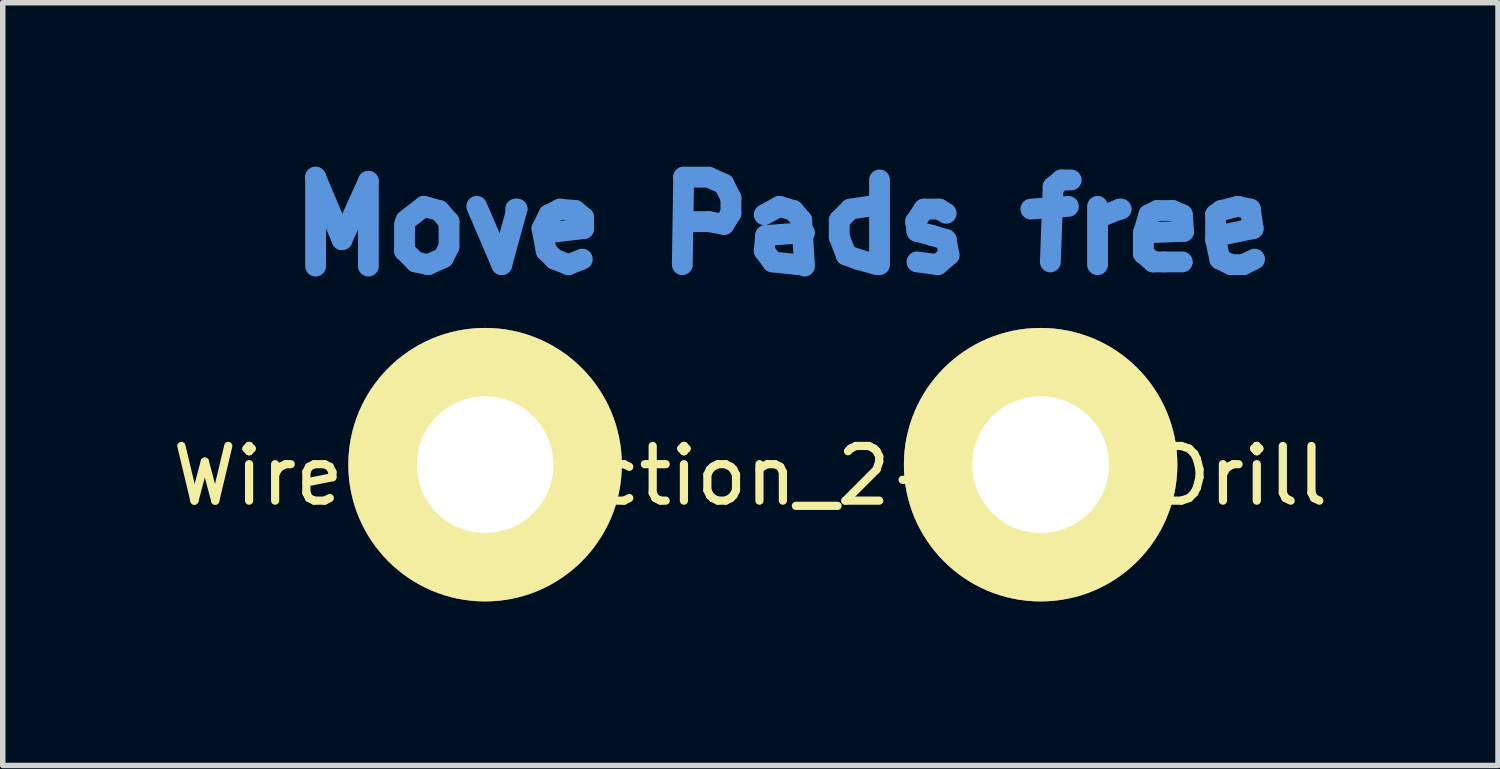
<source format=kicad_pcb>
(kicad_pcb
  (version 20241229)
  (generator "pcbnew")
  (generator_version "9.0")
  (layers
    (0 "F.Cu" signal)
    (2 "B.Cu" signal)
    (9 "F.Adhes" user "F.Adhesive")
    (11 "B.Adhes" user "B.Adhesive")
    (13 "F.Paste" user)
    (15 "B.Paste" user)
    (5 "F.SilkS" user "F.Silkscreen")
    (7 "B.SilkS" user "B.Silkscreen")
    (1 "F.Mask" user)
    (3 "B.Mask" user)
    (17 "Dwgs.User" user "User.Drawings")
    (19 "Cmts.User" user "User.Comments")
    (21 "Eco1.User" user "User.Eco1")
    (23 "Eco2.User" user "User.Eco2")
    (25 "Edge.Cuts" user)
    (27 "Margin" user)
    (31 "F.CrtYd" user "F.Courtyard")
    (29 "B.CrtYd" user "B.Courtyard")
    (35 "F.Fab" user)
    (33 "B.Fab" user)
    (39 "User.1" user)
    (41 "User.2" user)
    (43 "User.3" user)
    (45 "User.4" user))
  (footprint "WireConnection_2-5mmDrill"
    (layer "F.Cu")
    (at 10.901 5.448)
    (property "Reference" "WireConnection_2-5mmDrill" (at -0.229 0.203 0) (layer "F.SilkS") (effects (font (size 1 1) (thickness 0.15))))
    (attr through_hole)
    (fp_line (start -8.179 -5.258) (end -7.696 -4.115) (stroke (width 0.381) (type solid)) (layer "Cmts.User"))
    (fp_line (start -8.179 -3.632) (end -8.179 -5.258) (stroke (width 0.381) (type solid)) (layer "Cmts.User"))
    (fp_line (start -7.696 -4.115) (end -7.214 -5.182) (stroke (width 0.381) (type solid)) (layer "Cmts.User"))
    (fp_line (start -7.214 -5.182) (end -7.214 -3.632) (stroke (width 0.381) (type solid)) (layer "Cmts.User"))
    (fp_line (start -6.553 -4.394) (end -6.553 -3.912) (stroke (width 0.381) (type solid)) (layer "Cmts.User"))
    (fp_line (start -6.553 -3.912) (end -6.35 -3.708) (stroke (width 0.381) (type solid)) (layer "Cmts.User"))
    (fp_line (start -6.35 -3.708) (end -6.121 -3.658) (stroke (width 0.381) (type solid)) (layer "Cmts.User"))
    (fp_line (start -6.198 -4.724) (end -6.528 -4.47) (stroke (width 0.381) (type solid)) (layer "Cmts.User"))
    (fp_line (start -6.121 -3.658) (end -5.842 -3.785) (stroke (width 0.381) (type solid)) (layer "Cmts.User"))
    (fp_line (start -5.918 -4.648) (end -6.198 -4.724) (stroke (width 0.381) (type solid)) (layer "Cmts.User"))
    (fp_line (start -5.842 -3.785) (end -5.74 -3.988) (stroke (width 0.381) (type solid)) (layer "Cmts.User"))
    (fp_line (start -5.74 -4.445) (end -5.918 -4.648) (stroke (width 0.381) (type solid)) (layer "Cmts.User"))
    (fp_line (start -5.74 -3.988) (end -5.74 -4.445) (stroke (width 0.381) (type solid)) (layer "Cmts.User"))
    (fp_line (start -5.232 -4.724) (end -4.775 -3.658) (stroke (width 0.381) (type solid)) (layer "Cmts.User"))
    (fp_line (start -4.775 -3.658) (end -4.496 -4.674) (stroke (width 0.381) (type solid)) (layer "Cmts.User"))
    (fp_line (start -4.496 -4.674) (end -4.521 -4.674) (stroke (width 0.381) (type solid)) (layer "Cmts.User"))
    (fp_line (start -4.039 -4.318) (end -3.912 -4.572) (stroke (width 0.381) (type solid)) (layer "Cmts.User"))
    (fp_line (start -3.962 -3.912) (end -4.039 -4.318) (stroke (width 0.381) (type solid)) (layer "Cmts.User"))
    (fp_line (start -3.912 -4.572) (end -3.708 -4.674) (stroke (width 0.381) (type solid)) (layer "Cmts.User"))
    (fp_line (start -3.81 -3.759) (end -3.962 -3.912) (stroke (width 0.381) (type solid)) (layer "Cmts.User"))
    (fp_line (start -3.708 -4.674) (end -3.429 -4.648) (stroke (width 0.381) (type solid)) (layer "Cmts.User"))
    (fp_line (start -3.556 -3.658) (end -3.81 -3.759) (stroke (width 0.381) (type solid)) (layer "Cmts.User"))
    (fp_line (start -3.429 -4.648) (end -3.277 -4.521) (stroke (width 0.381) (type solid)) (layer "Cmts.User"))
    (fp_line (start -3.302 -3.759) (end -3.556 -3.658) (stroke (width 0.381) (type solid)) (layer "Cmts.User"))
    (fp_line (start -3.277 -4.521) (end -3.277 -4.318) (stroke (width 0.381) (type solid)) (layer "Cmts.User"))
    (fp_line (start -3.277 -4.318) (end -3.912 -4.242) (stroke (width 0.381) (type solid)) (layer "Cmts.User"))
    (fp_line (start -1.473 -3.658) (end -1.448 -5.258) (stroke (width 0.381) (type solid)) (layer "Cmts.User"))
    (fp_line (start -1.448 -5.258) (end -0.991 -5.258) (stroke (width 0.381) (type solid)) (layer "Cmts.User"))
    (fp_line (start -0.991 -5.258) (end -0.711 -5.131) (stroke (width 0.381) (type solid)) (layer "Cmts.User"))
    (fp_line (start -0.991 -4.445) (end -1.448 -4.445) (stroke (width 0.381) (type solid)) (layer "Cmts.User"))
    (fp_line (start -0.711 -5.131) (end -0.584 -4.877) (stroke (width 0.381) (type solid)) (layer "Cmts.User"))
    (fp_line (start -0.711 -4.394) (end -0.991 -4.445) (stroke (width 0.381) (type solid)) (layer "Cmts.User"))
    (fp_line (start -0.584 -4.877) (end -0.584 -4.597) (stroke (width 0.381) (type solid)) (layer "Cmts.User"))
    (fp_line (start -0.584 -4.597) (end -0.711 -4.394) (stroke (width 0.381) (type solid)) (layer "Cmts.User"))
    (fp_line (start 0.025 -4.572) (end 0.305 -4.724) (stroke (width 0.381) (type solid)) (layer "Cmts.User"))
    (fp_line (start 0.025 -3.912) (end 0.051 -4.191) (stroke (width 0.381) (type solid)) (layer "Cmts.User"))
    (fp_line (start 0.051 -4.191) (end 0.762 -4.242) (stroke (width 0.381) (type solid)) (layer "Cmts.User"))
    (fp_line (start 0.178 -3.708) (end 0.025 -3.912) (stroke (width 0.381) (type solid)) (layer "Cmts.User"))
    (fp_line (start 0.305 -4.724) (end 0.559 -4.648) (stroke (width 0.381) (type solid)) (layer "Cmts.User"))
    (fp_line (start 0.559 -4.648) (end 0.711 -4.47) (stroke (width 0.381) (type solid)) (layer "Cmts.User"))
    (fp_line (start 0.635 -3.658) (end 0.178 -3.708) (stroke (width 0.381) (type solid)) (layer "Cmts.User"))
    (fp_line (start 0.711 -4.47) (end 0.762 -3.632) (stroke (width 0.381) (type solid)) (layer "Cmts.User"))
    (fp_line (start 1.397 -4.47) (end 1.6 -4.674) (stroke (width 0.381) (type solid)) (layer "Cmts.User"))
    (fp_line (start 1.397 -4.166) (end 1.397 -4.47) (stroke (width 0.381) (type solid)) (layer "Cmts.User"))
    (fp_line (start 1.524 -3.835) (end 1.397 -4.166) (stroke (width 0.381) (type solid)) (layer "Cmts.User"))
    (fp_line (start 1.6 -4.674) (end 1.93 -4.724) (stroke (width 0.381) (type solid)) (layer "Cmts.User"))
    (fp_line (start 1.727 -3.759) (end 1.524 -3.835) (stroke (width 0.381) (type solid)) (layer "Cmts.User"))
    (fp_line (start 2.083 -3.658) (end 1.727 -3.759) (stroke (width 0.381) (type solid)) (layer "Cmts.User"))
    (fp_line (start 2.134 -5.207) (end 2.134 -3.658) (stroke (width 0.381) (type solid)) (layer "Cmts.User"))
    (fp_line (start 2.794 -4.445) (end 2.819 -4.267) (stroke (width 0.381) (type solid)) (layer "Cmts.User"))
    (fp_line (start 2.819 -4.267) (end 3.099 -4.191) (stroke (width 0.381) (type solid)) (layer "Cmts.User"))
    (fp_line (start 2.946 -4.674) (end 2.794 -4.445) (stroke (width 0.381) (type solid)) (layer "Cmts.User"))
    (fp_line (start 3.099 -4.191) (end 3.353 -4.115) (stroke (width 0.381) (type solid)) (layer "Cmts.User"))
    (fp_line (start 3.2 -3.658) (end 2.819 -3.708) (stroke (width 0.381) (type solid)) (layer "Cmts.User"))
    (fp_line (start 3.226 -4.674) (end 2.946 -4.674) (stroke (width 0.381) (type solid)) (layer "Cmts.User"))
    (fp_line (start 3.353 -4.597) (end 3.226 -4.674) (stroke (width 0.381) (type solid)) (layer "Cmts.User"))
    (fp_line (start 3.353 -4.115) (end 3.404 -3.835) (stroke (width 0.381) (type solid)) (layer "Cmts.User"))
    (fp_line (start 3.404 -3.835) (end 3.2 -3.658) (stroke (width 0.381) (type solid)) (layer "Cmts.User"))
    (fp_line (start 4.902 -4.674) (end 5.588 -4.724) (stroke (width 0.381) (type solid)) (layer "Cmts.User"))
    (fp_line (start 5.309 -5.08) (end 5.258 -3.708) (stroke (width 0.381) (type solid)) (layer "Cmts.User"))
    (fp_line (start 5.461 -5.207) (end 5.309 -5.08) (stroke (width 0.381) (type solid)) (layer "Cmts.User"))
    (fp_line (start 5.639 -5.207) (end 5.461 -5.207) (stroke (width 0.381) (type solid)) (layer "Cmts.User"))
    (fp_line (start 6.121 -4.724) (end 6.121 -3.658) (stroke (width 0.381) (type solid)) (layer "Cmts.User"))
    (fp_line (start 6.147 -4.521) (end 6.528 -4.674) (stroke (width 0.381) (type solid)) (layer "Cmts.User"))
    (fp_line (start 6.528 -4.674) (end 6.553 -4.674) (stroke (width 0.381) (type solid)) (layer "Cmts.User"))
    (fp_line (start 6.96 -4.242) (end 7.061 -4.572) (stroke (width 0.381) (type solid)) (layer "Cmts.User"))
    (fp_line (start 6.96 -3.861) (end 6.96 -4.242) (stroke (width 0.381) (type solid)) (layer "Cmts.User"))
    (fp_line (start 7.061 -4.572) (end 7.214 -4.648) (stroke (width 0.381) (type solid)) (layer "Cmts.User"))
    (fp_line (start 7.137 -3.708) (end 6.96 -3.861) (stroke (width 0.381) (type solid)) (layer "Cmts.User"))
    (fp_line (start 7.214 -4.648) (end 7.493 -4.648) (stroke (width 0.381) (type solid)) (layer "Cmts.User"))
    (fp_line (start 7.341 -3.708) (end 7.137 -3.708) (stroke (width 0.381) (type solid)) (layer "Cmts.User"))
    (fp_line (start 7.493 -4.648) (end 7.671 -4.572) (stroke (width 0.381) (type solid)) (layer "Cmts.User"))
    (fp_line (start 7.671 -4.572) (end 7.696 -4.267) (stroke (width 0.381) (type solid)) (layer "Cmts.User"))
    (fp_line (start 7.671 -3.708) (end 7.341 -3.708) (stroke (width 0.381) (type solid)) (layer "Cmts.User"))
    (fp_line (start 7.696 -4.267) (end 7.061 -4.242) (stroke (width 0.381) (type solid)) (layer "Cmts.User"))
    (fp_line (start 8.28 -4.572) (end 8.382 -4.648) (stroke (width 0.381) (type solid)) (layer "Cmts.User"))
    (fp_line (start 8.28 -4.115) (end 8.28 -4.572) (stroke (width 0.381) (type solid)) (layer "Cmts.User"))
    (fp_line (start 8.357 -4.191) (end 8.357 -4.242) (stroke (width 0.381) (type solid)) (layer "Cmts.User"))
    (fp_line (start 8.357 -3.759) (end 8.28 -4.115) (stroke (width 0.381) (type solid)) (layer "Cmts.User"))
    (fp_line (start 8.382 -4.648) (end 8.687 -4.724) (stroke (width 0.381) (type solid)) (layer "Cmts.User"))
    (fp_line (start 8.56 -3.658) (end 8.357 -3.759) (stroke (width 0.381) (type solid)) (layer "Cmts.User"))
    (fp_line (start 8.687 -4.724) (end 8.915 -4.674) (stroke (width 0.381) (type solid)) (layer "Cmts.User"))
    (fp_line (start 8.788 -3.658) (end 8.56 -3.658) (stroke (width 0.381) (type solid)) (layer "Cmts.User"))
    (fp_line (start 8.915 -4.674) (end 8.966 -4.318) (stroke (width 0.381) (type solid)) (layer "Cmts.User"))
    (fp_line (start 8.966 -4.318) (end 8.357 -4.191) (stroke (width 0.381) (type solid)) (layer "Cmts.User"))
    (fp_line (start 8.992 -3.759) (end 8.788 -3.658) (stroke (width 0.381) (type solid)) (layer "Cmts.User"))
    (pad "1" thru_hole circle (at -5.08 0) (size 5.001 5.001) (drill 2.499) (layers "*.Cu" "*.Mask" "F.SilkS"))
    (pad "2" thru_hole circle (at 5.08 0) (size 5.001 5.001) (drill 2.499) (layers "*.Cu" "*.Mask" "F.SilkS")))
  (gr_rect
    (start -3 -3)
    (end 24.345 10.949)
    (stroke (width 0.1) (type default))
    (fill no)
    (layer "Edge.Cuts")))
</source>
